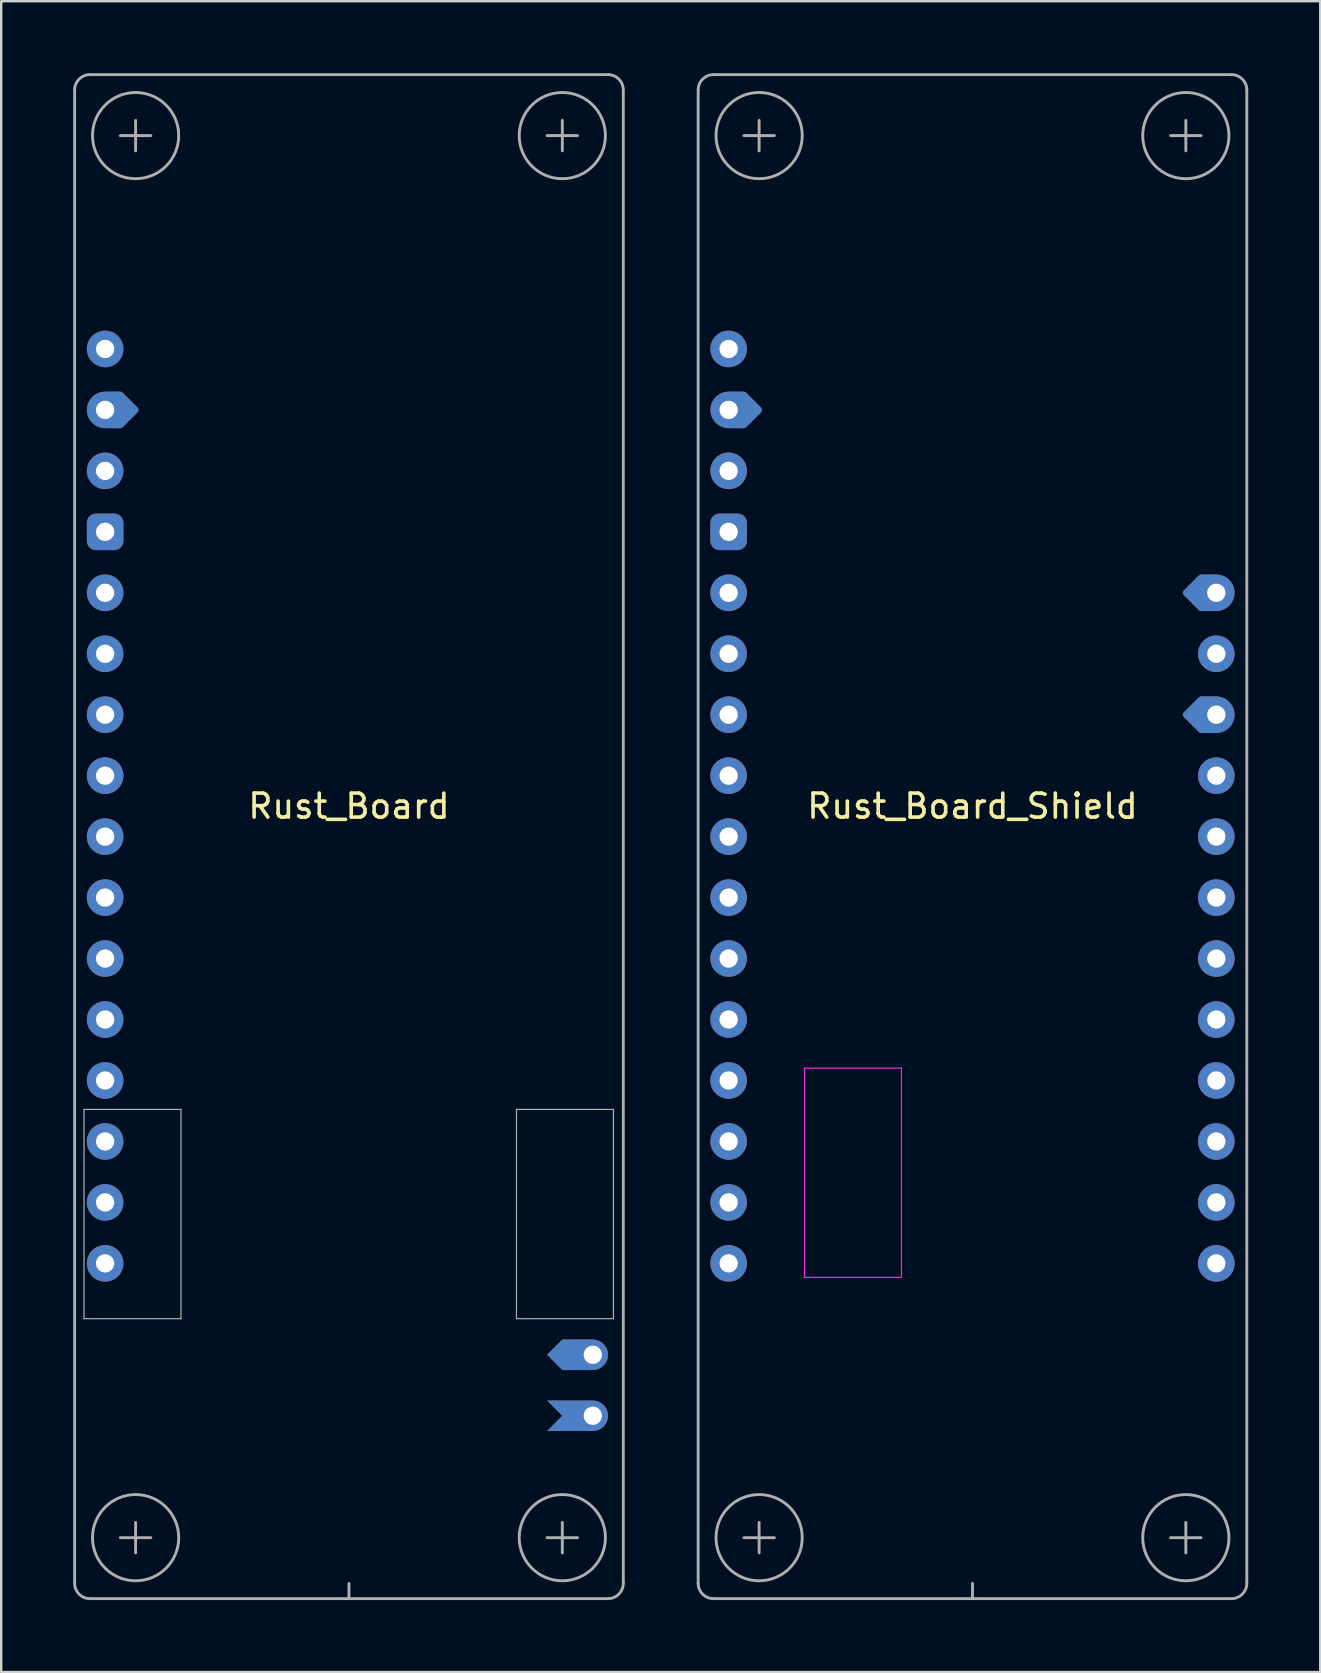
<source format=kicad_pcb>
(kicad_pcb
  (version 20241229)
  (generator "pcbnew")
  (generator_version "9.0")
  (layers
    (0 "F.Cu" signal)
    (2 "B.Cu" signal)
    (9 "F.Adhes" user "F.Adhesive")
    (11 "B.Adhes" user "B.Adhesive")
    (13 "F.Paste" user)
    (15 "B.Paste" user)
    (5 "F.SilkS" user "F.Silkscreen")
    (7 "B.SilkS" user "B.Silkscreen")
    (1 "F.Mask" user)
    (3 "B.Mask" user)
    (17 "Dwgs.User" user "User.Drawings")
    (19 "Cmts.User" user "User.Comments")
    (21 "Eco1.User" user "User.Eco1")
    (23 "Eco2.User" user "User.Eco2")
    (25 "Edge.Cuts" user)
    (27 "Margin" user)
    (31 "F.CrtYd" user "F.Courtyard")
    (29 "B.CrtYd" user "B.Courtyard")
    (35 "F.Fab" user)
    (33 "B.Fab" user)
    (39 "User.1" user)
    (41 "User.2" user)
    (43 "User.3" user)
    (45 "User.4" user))
  (footprint "Rust_Board"
    (layer "F.Cu")
    (at 11.49 31.175)
    (property "Reference" "Rust_Board" (at 0 -0.635 0) (layer "F.SilkS") (effects (font (size 1 1) (thickness 0.15))))
    (attr through_hole)
    (fp_line (start -11.43 -30.48) (end -11.43 31.75) (stroke (width 0.12) (type solid)) (layer "F.Fab"))
    (fp_line (start -11.04 12) (end -7 12) (stroke (width 0.05) (type solid)) (layer "F.Fab"))
    (fp_line (start -11.04 20.72) (end -11.04 12) (stroke (width 0.05) (type solid)) (layer "F.Fab"))
    (fp_line (start -10.795 32.385) (end 10.795 32.385) (stroke (width 0.12) (type solid)) (layer "F.Fab"))
    (fp_line (start -9.525 -28.575) (end -8.255 -28.575) (stroke (width 0.12) (type solid)) (layer "F.Fab"))
    (fp_line (start -9.525 29.845) (end -8.255 29.845) (stroke (width 0.12) (type solid)) (layer "F.Fab"))
    (fp_line (start -8.89 -29.21) (end -8.89 -27.94) (stroke (width 0.12) (type solid)) (layer "F.Fab"))
    (fp_line (start -8.89 29.21) (end -8.89 30.48) (stroke (width 0.12) (type solid)) (layer "F.Fab"))
    (fp_line (start -7 12) (end -7 20.72) (stroke (width 0.05) (type solid)) (layer "F.Fab"))
    (fp_line (start -7 20.72) (end -11.04 20.72) (stroke (width 0.05) (type solid)) (layer "F.Fab"))
    (fp_line (start 0 32.385) (end 0 31.75) (stroke (width 0.12) (type solid)) (layer "F.Fab"))
    (fp_line (start 6.98 12) (end 11.02 12) (stroke (width 0.05) (type solid)) (layer "F.Fab"))
    (fp_line (start 6.98 20.72) (end 6.98 12) (stroke (width 0.05) (type solid)) (layer "F.Fab"))
    (fp_line (start 8.255 -28.575) (end 9.525 -28.575) (stroke (width 0.12) (type solid)) (layer "F.Fab"))
    (fp_line (start 8.255 29.845) (end 9.525 29.845) (stroke (width 0.12) (type solid)) (layer "F.Fab"))
    (fp_line (start 8.89 -29.21) (end 8.89 -27.94) (stroke (width 0.12) (type solid)) (layer "F.Fab"))
    (fp_line (start 8.89 29.21) (end 8.89 30.48) (stroke (width 0.12) (type solid)) (layer "F.Fab"))
    (fp_line (start 10.795 -31.115) (end -10.795 -31.115) (stroke (width 0.12) (type solid)) (layer "F.Fab"))
    (fp_line (start 11.02 12) (end 11.02 20.72) (stroke (width 0.05) (type solid)) (layer "F.Fab"))
    (fp_line (start 11.02 20.72) (end 6.98 20.72) (stroke (width 0.05) (type solid)) (layer "F.Fab"))
    (fp_line (start 11.43 31.75) (end 11.43 -30.48) (stroke (width 0.12) (type solid)) (layer "F.Fab"))
    (fp_arc (start -11.43 -30.48) (mid -11.244013 -30.929013) (end -10.795 -31.115) (stroke (width 0.12) (type solid)) (layer "F.Fab"))
    (fp_arc (start -10.795 32.385) (mid -11.244013 32.199013) (end -11.43 31.75) (stroke (width 0.12) (type solid)) (layer "F.Fab"))
    (fp_arc (start 10.795 -31.115) (mid 11.244013 -30.929013) (end 11.43 -30.48) (stroke (width 0.12) (type solid)) (layer "F.Fab"))
    (fp_arc (start 11.43 31.75) (mid 11.244013 32.199013) (end 10.795 32.385) (stroke (width 0.12) (type solid)) (layer "F.Fab"))
    (fp_circle (center -8.89 -28.575) (end -7.62 -29.845) (stroke (width 0.12) (type solid)) (fill no) (layer "F.Fab"))
    (fp_circle (center -8.89 29.845) (end -7.62 31.115) (stroke (width 0.12) (type solid)) (fill no) (layer "F.Fab"))
    (fp_circle (center 8.89 -28.575) (end 10.16 -29.845) (stroke (width 0.12) (type solid)) (fill no) (layer "F.Fab"))
    (fp_circle (center 8.89 29.845) (end 7.62 31.115) (stroke (width 0.12) (type solid)) (fill no) (layer "F.Fab"))
    (pad "1" thru_hole circle (at -10.16 -19.685) (size 1.524 1.524) (drill 0.762) (layers "*.Cu" "*.Mask"))
    (pad "2" thru_hole custom (at -10.16 -17.145) (size 1.524 1.524) (drill 0.762) (layers "*.Cu" "*.Mask") (options (anchor circle)) (primitives (gr_poly (pts (xy 1.27 0) (xy 0.635 0.635) (xy 0 0.635) (xy 0 -0.635) (xy 0.635 -0.635)) (width 0.254) (fill yes))))
    (pad "3" thru_hole circle (at -10.16 -14.605) (size 1.524 1.524) (drill 0.762) (layers "*.Cu" "*.Mask"))
    (pad "4" thru_hole roundrect (at -10.16 -12.065) (size 1.524 1.524) (drill 0.762) (layers "*.Cu" "*.Mask") (roundrect_rratio 0.25))
    (pad "5" thru_hole circle (at -10.16 -9.525) (size 1.524 1.524) (drill 0.762) (layers "*.Cu" "*.Mask"))
    (pad "6" thru_hole circle (at -10.16 -6.985) (size 1.524 1.524) (drill 0.762) (layers "*.Cu" "*.Mask"))
    (pad "7" thru_hole circle (at -10.16 -4.445) (size 1.524 1.524) (drill 0.762) (layers "*.Cu" "*.Mask"))
    (pad "8" thru_hole circle (at -10.16 -1.905) (size 1.524 1.524) (drill 0.762) (layers "*.Cu" "*.Mask"))
    (pad "9" thru_hole circle (at -10.16 0.635) (size 1.524 1.524) (drill 0.762) (layers "*.Cu" "*.Mask"))
    (pad "10" thru_hole circle (at -10.16 3.175) (size 1.524 1.524) (drill 0.762) (layers "*.Cu" "*.Mask"))
    (pad "11" thru_hole circle (at -10.16 5.715) (size 1.524 1.524) (drill 0.762) (layers "*.Cu" "*.Mask"))
    (pad "12" thru_hole circle (at -10.16 8.255) (size 1.524 1.524) (drill 0.762) (layers "*.Cu" "*.Mask"))
    (pad "13" thru_hole circle (at -10.16 10.795) (size 1.524 1.524) (drill 0.762) (layers "*.Cu" "*.Mask"))
    (pad "14" thru_hole circle (at -10.16 13.335) (size 1.524 1.524) (drill 0.762) (layers "*.Cu" "*.Mask"))
    (pad "15" thru_hole circle (at -10.16 15.875) (size 1.524 1.524) (drill 0.762) (layers "*.Cu" "*.Mask"))
    (pad "16" thru_hole circle (at -10.16 18.415) (size 1.524 1.524) (drill 0.762) (layers "*.Cu" "*.Mask"))
    (pad "29" thru_hole custom (at 10.16 24.765 90) (size 1.27 1.27) (drill 0.762) (layers "*.Cu" "*.Mask") (options (anchor circle)) (primitives (gr_poly (pts (xy 0.635 0) (xy -0.635 0) (xy -0.635 -1.905) (xy 0 -1.27) (xy 0.635 -1.905)) (width 0) (fill yes))))
    (pad "30" thru_hole custom (at 10.16 22.225 90) (size 1.27 1.27) (drill 0.762) (layers "*.Cu" "*.Mask") (options (anchor circle)) (primitives (gr_poly (pts (xy 0.635 -1.27) (xy 0.635 0) (xy -0.635 0) (xy -0.635 -1.27) (xy 0 -1.905)) (width 0) (fill yes)))))
  (footprint "Rust_Board_Shield"
    (layer "F.Cu")
    (at 37.47 31.175)
    (property "Reference" "Rust_Board_Shield" (at 0 -0.635 0) (layer "F.SilkS") (effects (font (size 1 1) (thickness 0.15))))
    (attr through_hole)
    (fp_line (start -7 10.28) (end -2.96 10.28) (stroke (width 0.05) (type solid)) (layer "F.CrtYd"))
    (fp_line (start -7 19) (end -7 10.28) (stroke (width 0.05) (type solid)) (layer "F.CrtYd"))
    (fp_line (start -2.96 10.28) (end -2.96 19) (stroke (width 0.05) (type solid)) (layer "F.CrtYd"))
    (fp_line (start -2.96 19) (end -7 19) (stroke (width 0.05) (type solid)) (layer "F.CrtYd"))
    (fp_line (start -11.43 -30.48) (end -11.43 31.75) (stroke (width 0.12) (type solid)) (layer "F.Fab"))
    (fp_line (start -10.795 32.385) (end 10.795 32.385) (stroke (width 0.12) (type solid)) (layer "F.Fab"))
    (fp_line (start -9.525 -28.575) (end -8.255 -28.575) (stroke (width 0.12) (type solid)) (layer "F.Fab"))
    (fp_line (start -9.525 29.845) (end -8.255 29.845) (stroke (width 0.12) (type solid)) (layer "F.Fab"))
    (fp_line (start -8.89 -29.21) (end -8.89 -27.94) (stroke (width 0.12) (type solid)) (layer "F.Fab"))
    (fp_line (start -8.89 29.21) (end -8.89 30.48) (stroke (width 0.12) (type solid)) (layer "F.Fab"))
    (fp_line (start 0 32.385) (end 0 31.75) (stroke (width 0.12) (type solid)) (layer "F.Fab"))
    (fp_line (start 8.255 -28.575) (end 9.525 -28.575) (stroke (width 0.12) (type solid)) (layer "F.Fab"))
    (fp_line (start 8.255 29.845) (end 9.525 29.845) (stroke (width 0.12) (type solid)) (layer "F.Fab"))
    (fp_line (start 8.89 -29.21) (end 8.89 -27.94) (stroke (width 0.12) (type solid)) (layer "F.Fab"))
    (fp_line (start 8.89 29.21) (end 8.89 30.48) (stroke (width 0.12) (type solid)) (layer "F.Fab"))
    (fp_line (start 10.795 -31.115) (end -10.795 -31.115) (stroke (width 0.12) (type solid)) (layer "F.Fab"))
    (fp_line (start 11.43 31.75) (end 11.43 -30.48) (stroke (width 0.12) (type solid)) (layer "F.Fab"))
    (fp_arc (start -11.43 -30.48) (mid -11.244013 -30.929013) (end -10.795 -31.115) (stroke (width 0.12) (type solid)) (layer "F.Fab"))
    (fp_arc (start -10.795 32.385) (mid -11.244013 32.199013) (end -11.43 31.75) (stroke (width 0.12) (type solid)) (layer "F.Fab"))
    (fp_arc (start 10.795 -31.115) (mid 11.244013 -30.929013) (end 11.43 -30.48) (stroke (width 0.12) (type solid)) (layer "F.Fab"))
    (fp_arc (start 11.43 31.75) (mid 11.244013 32.199013) (end 10.795 32.385) (stroke (width 0.12) (type solid)) (layer "F.Fab"))
    (fp_circle (center -8.89 -28.575) (end -7.62 -29.845) (stroke (width 0.12) (type solid)) (fill no) (layer "F.Fab"))
    (fp_circle (center -8.89 29.845) (end -7.62 31.115) (stroke (width 0.12) (type solid)) (fill no) (layer "F.Fab"))
    (fp_circle (center 8.89 -28.575) (end 10.16 -29.845) (stroke (width 0.12) (type solid)) (fill no) (layer "F.Fab"))
    (fp_circle (center 8.89 29.845) (end 7.62 31.115) (stroke (width 0.12) (type solid)) (fill no) (layer "F.Fab"))
    (pad "1" thru_hole circle (at -10.16 -19.685) (size 1.524 1.524) (drill 0.762) (layers "*.Cu" "*.Mask"))
    (pad "2" thru_hole custom (at -10.16 -17.145) (size 1.524 1.524) (drill 0.762) (layers "*.Cu" "*.Mask") (options (anchor circle)) (primitives (gr_poly (pts (xy 1.27 0) (xy 0.635 0.635) (xy 0 0.635) (xy 0 -0.635) (xy 0.635 -0.635)) (width 0.254) (fill yes))))
    (pad "3" thru_hole circle (at -10.16 -14.605) (size 1.524 1.524) (drill 0.762) (layers "*.Cu" "*.Mask"))
    (pad "4" thru_hole roundrect (at -10.16 -12.065) (size 1.524 1.524) (drill 0.762) (layers "*.Cu" "*.Mask") (roundrect_rratio 0.25))
    (pad "5" thru_hole circle (at -10.16 -9.525) (size 1.524 1.524) (drill 0.762) (layers "*.Cu" "*.Mask"))
    (pad "6" thru_hole circle (at -10.16 -6.985) (size 1.524 1.524) (drill 0.762) (layers "*.Cu" "*.Mask"))
    (pad "7" thru_hole circle (at -10.16 -4.445) (size 1.524 1.524) (drill 0.762) (layers "*.Cu" "*.Mask"))
    (pad "8" thru_hole circle (at -10.16 -1.905) (size 1.524 1.524) (drill 0.762) (layers "*.Cu" "*.Mask"))
    (pad "9" thru_hole circle (at -10.16 0.635) (size 1.524 1.524) (drill 0.762) (layers "*.Cu" "*.Mask"))
    (pad "10" thru_hole circle (at -10.16 3.175) (size 1.524 1.524) (drill 0.762) (layers "*.Cu" "*.Mask"))
    (pad "11" thru_hole circle (at -10.16 5.715) (size 1.524 1.524) (drill 0.762) (layers "*.Cu" "*.Mask"))
    (pad "12" thru_hole circle (at -10.16 8.255) (size 1.524 1.524) (drill 0.762) (layers "*.Cu" "*.Mask"))
    (pad "13" thru_hole circle (at -10.16 10.795) (size 1.524 1.524) (drill 0.762) (layers "*.Cu" "*.Mask"))
    (pad "14" thru_hole circle (at -10.16 13.335) (size 1.524 1.524) (drill 0.762) (layers "*.Cu" "*.Mask"))
    (pad "15" thru_hole circle (at -10.16 15.875) (size 1.524 1.524) (drill 0.762) (layers "*.Cu" "*.Mask"))
    (pad "16" thru_hole circle (at -10.16 18.415) (size 1.524 1.524) (drill 0.762) (layers "*.Cu" "*.Mask"))
    (pad "17" thru_hole circle (at 10.16 18.415) (size 1.524 1.524) (drill 0.762) (layers "*.Cu" "*.Mask"))
    (pad "18" thru_hole circle (at 10.16 15.875) (size 1.524 1.524) (drill 0.762) (layers "*.Cu" "*.Mask"))
    (pad "19" thru_hole circle (at 10.16 13.335) (size 1.524 1.524) (drill 0.762) (layers "*.Cu" "*.Mask"))
    (pad "20" thru_hole circle (at 10.16 10.795) (size 1.524 1.524) (drill 0.762) (layers "*.Cu" "*.Mask"))
    (pad "21" thru_hole circle (at 10.16 8.255) (size 1.524 1.524) (drill 0.762) (layers "*.Cu" "*.Mask"))
    (pad "22" thru_hole circle (at 10.16 5.715) (size 1.524 1.524) (drill 0.762) (layers "*.Cu" "*.Mask"))
    (pad "23" thru_hole circle (at 10.16 3.175) (size 1.524 1.524) (drill 0.762) (layers "*.Cu" "*.Mask"))
    (pad "24" thru_hole circle (at 10.16 0.635) (size 1.524 1.524) (drill 0.762) (layers "*.Cu" "*.Mask"))
    (pad "25" thru_hole circle (at 10.16 -1.905) (size 1.524 1.524) (drill 0.762) (layers "*.Cu" "*.Mask"))
    (pad "26" thru_hole custom (at 10.16 -4.445) (size 1.524 1.524) (drill 0.762) (layers "*.Cu" "*.Mask") (options (anchor circle)) (primitives (gr_poly (pts (xy -1.27 0) (xy -0.635 -0.635) (xy 0 -0.635) (xy 0 0.635) (xy -0.635 0.635)) (width 0.254) (fill yes))))
    (pad "27" thru_hole circle (at 10.16 -6.985) (size 1.524 1.524) (drill 0.762) (layers "*.Cu" "*.Mask"))
    (pad "28" thru_hole custom (at 10.16 -9.525) (size 1.524 1.524) (drill 0.762) (layers "*.Cu" "*.Mask") (options (anchor circle)) (primitives (gr_poly (pts (xy -1.27 0) (xy -0.635 -0.635) (xy 0 -0.635) (xy 0 0.635) (xy -0.635 0.635)) (width 0.254) (fill yes)))))
  (gr_rect
    (start -3 -3)
    (end 51.96 66.62)
    (stroke (width 0.1) (type default))
    (fill no)
    (layer "Edge.Cuts")))
</source>
